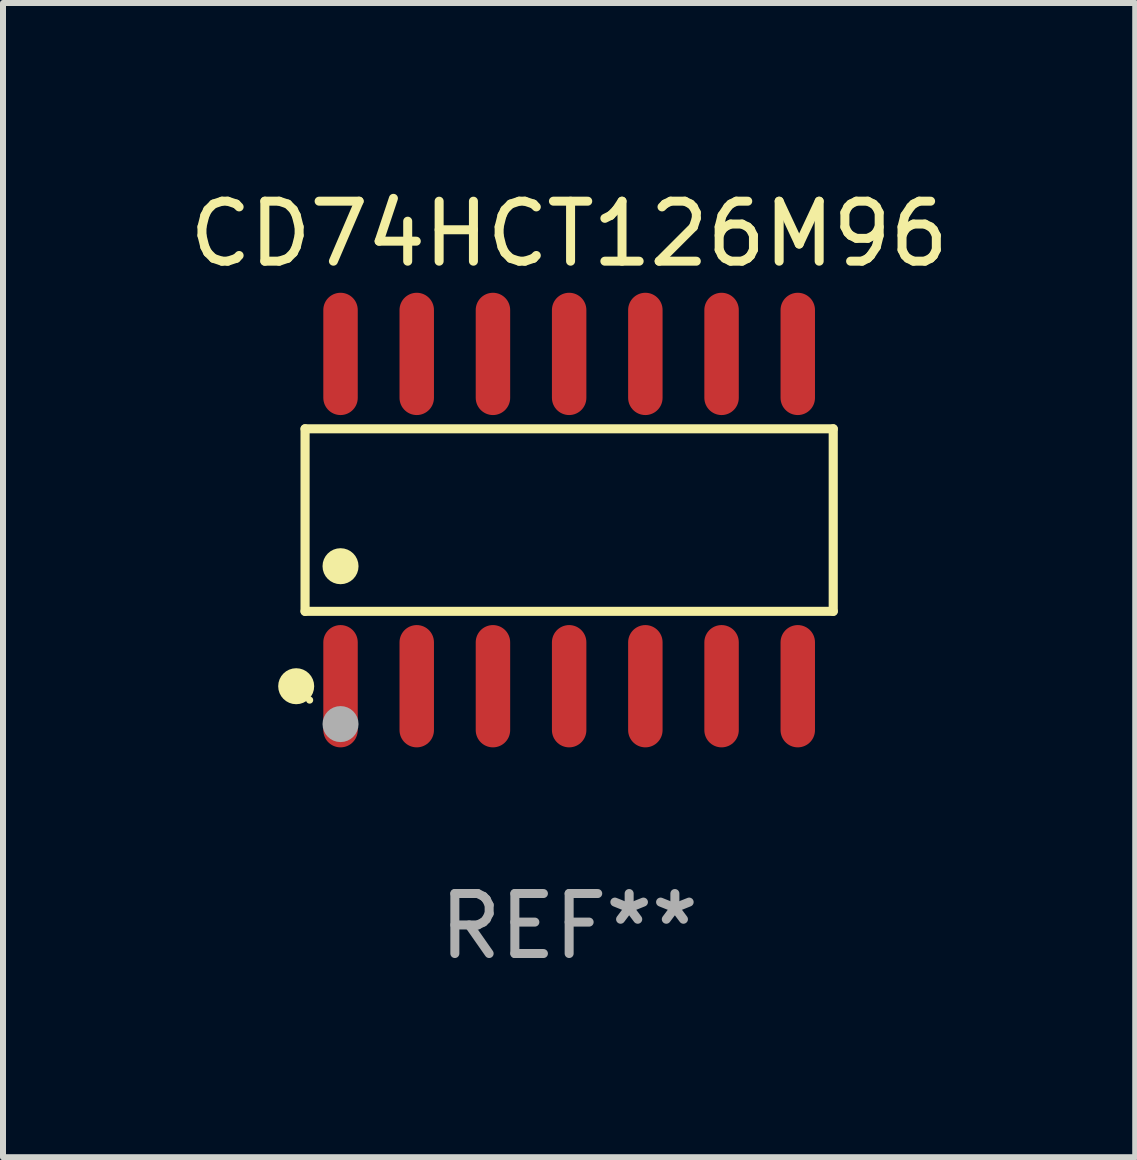
<source format=kicad_pcb>
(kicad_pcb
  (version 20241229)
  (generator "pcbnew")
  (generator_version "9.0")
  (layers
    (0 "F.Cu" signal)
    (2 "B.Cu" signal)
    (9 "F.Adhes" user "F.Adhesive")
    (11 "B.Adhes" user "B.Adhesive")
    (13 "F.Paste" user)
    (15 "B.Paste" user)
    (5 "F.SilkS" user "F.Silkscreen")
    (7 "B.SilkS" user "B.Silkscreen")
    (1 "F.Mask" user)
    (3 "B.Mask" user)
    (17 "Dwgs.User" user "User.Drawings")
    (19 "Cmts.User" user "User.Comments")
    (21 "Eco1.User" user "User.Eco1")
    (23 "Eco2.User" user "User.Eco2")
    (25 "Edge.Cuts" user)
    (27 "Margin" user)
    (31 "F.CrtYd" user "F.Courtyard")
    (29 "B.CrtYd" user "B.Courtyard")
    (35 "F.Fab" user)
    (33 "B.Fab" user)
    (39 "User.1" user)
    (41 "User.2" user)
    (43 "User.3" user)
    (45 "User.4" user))
  (footprint "CD74HCT126M96"
    (layer "F.Cu")
    (at 6.435 5.617)
    (property "Reference" "CD74HCT126M96" (at 0 -4.769 0) (layer "F.SilkS") (effects (font (size 1 1) (thickness 0.15))))
    (attr through_hole)
    (fp_line (start -4.401 -1.521) (end 4.401 -1.521) (stroke (width 0.152) (type solid)) (layer "F.SilkS"))
    (fp_line (start -4.401 1.521) (end -4.401 -1.521) (stroke (width 0.152) (type solid)) (layer "F.SilkS"))
    (fp_line (start 4.401 -1.521) (end 4.401 1.521) (stroke (width 0.152) (type solid)) (layer "F.SilkS"))
    (fp_line (start 4.401 1.521) (end -4.401 1.521) (stroke (width 0.152) (type solid)) (layer "F.SilkS"))
    (fp_circle (center -4.549 2.769) (end -4.399 2.769) (stroke (width 0.3) (type solid)) (fill no) (layer "F.SilkS"))
    (fp_circle (center -4.325 3) (end -4.295 3) (stroke (width 0.06) (type solid)) (fill no) (layer "F.SilkS"))
    (fp_circle (center -3.81 0.769) (end -3.66 0.769) (stroke (width 0.3) (type solid)) (fill no) (layer "F.SilkS"))
    (fp_circle (center -3.81 3.4) (end -3.66 3.4) (stroke (width 0.3) (type solid)) (fill no) (layer "F.Fab"))
    (fp_text user "REF**" (at 0 6.769 0) (layer "F.Fab") (effects (font (size 1 1) (thickness 0.15))))
    (pad "1" smd oval (at -3.81 2.769) (size 0.574 2.038) (layers "F.Cu" "F.Mask" "F.Paste"))
    (pad "2" smd oval (at -2.54 2.769) (size 0.574 2.038) (layers "F.Cu" "F.Mask" "F.Paste"))
    (pad "3" smd oval (at -1.27 2.769) (size 0.574 2.038) (layers "F.Cu" "F.Mask" "F.Paste"))
    (pad "4" smd oval (at 0 2.769) (size 0.574 2.038) (layers "F.Cu" "F.Mask" "F.Paste"))
    (pad "5" smd oval (at 1.27 2.769) (size 0.574 2.038) (layers "F.Cu" "F.Mask" "F.Paste"))
    (pad "6" smd oval (at 2.54 2.769) (size 0.574 2.038) (layers "F.Cu" "F.Mask" "F.Paste"))
    (pad "7" smd oval (at 3.81 2.769) (size 0.574 2.038) (layers "F.Cu" "F.Mask" "F.Paste"))
    (pad "8" smd oval (at 3.81 -2.769) (size 0.574 2.038) (layers "F.Cu" "F.Mask" "F.Paste"))
    (pad "9" smd oval (at 2.54 -2.769) (size 0.574 2.038) (layers "F.Cu" "F.Mask" "F.Paste"))
    (pad "10" smd oval (at 1.27 -2.769) (size 0.574 2.038) (layers "F.Cu" "F.Mask" "F.Paste"))
    (pad "11" smd oval (at 0 -2.769) (size 0.574 2.038) (layers "F.Cu" "F.Mask" "F.Paste"))
    (pad "12" smd oval (at -1.27 -2.769) (size 0.574 2.038) (layers "F.Cu" "F.Mask" "F.Paste"))
    (pad "13" smd oval (at -2.54 -2.769) (size 0.574 2.038) (layers "F.Cu" "F.Mask" "F.Paste"))
    (pad "14" smd oval (at -3.81 -2.769) (size 0.574 2.038) (layers "F.Cu" "F.Mask" "F.Paste")))
  (gr_rect
    (start -3 -3)
    (end 15.869 16.235)
    (stroke (width 0.1) (type default))
    (fill no)
    (layer "Edge.Cuts")))
</source>
